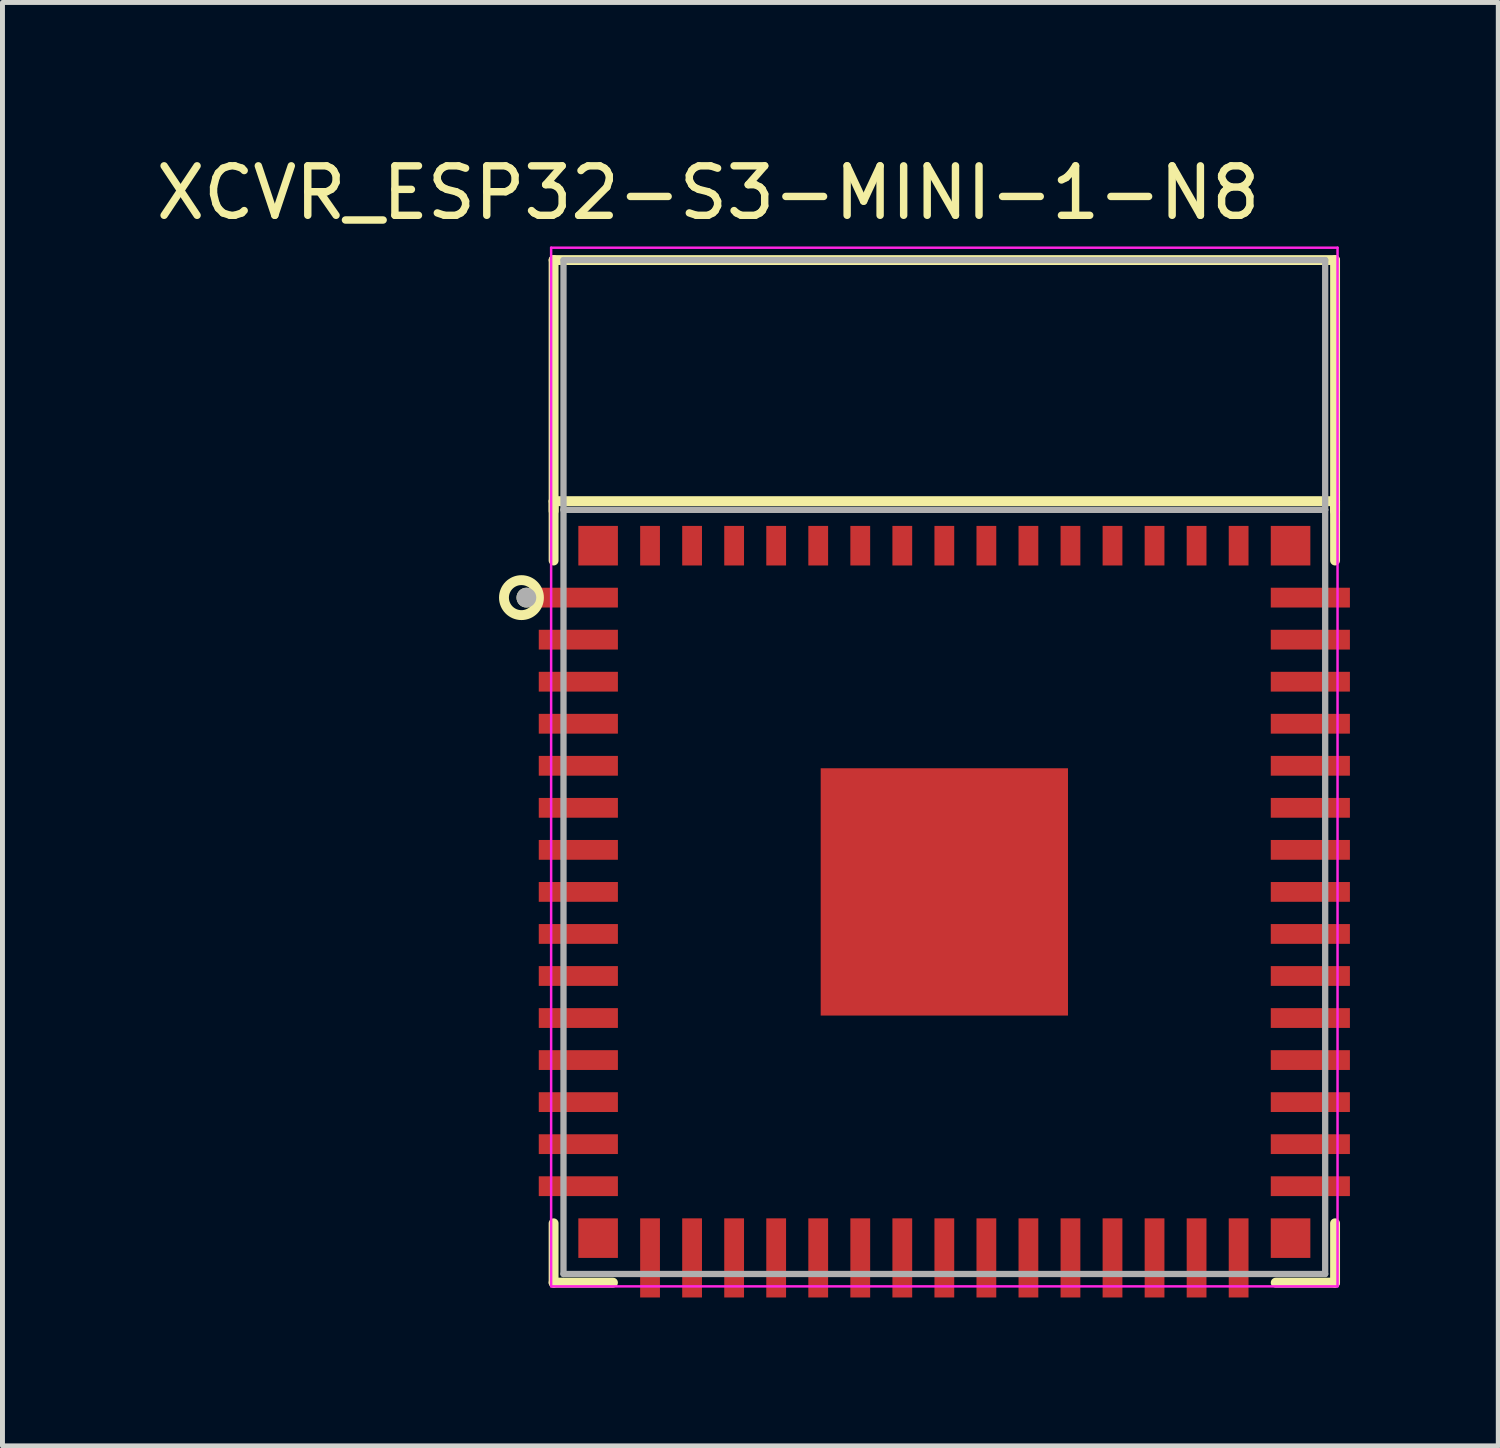
<source format=kicad_pcb>
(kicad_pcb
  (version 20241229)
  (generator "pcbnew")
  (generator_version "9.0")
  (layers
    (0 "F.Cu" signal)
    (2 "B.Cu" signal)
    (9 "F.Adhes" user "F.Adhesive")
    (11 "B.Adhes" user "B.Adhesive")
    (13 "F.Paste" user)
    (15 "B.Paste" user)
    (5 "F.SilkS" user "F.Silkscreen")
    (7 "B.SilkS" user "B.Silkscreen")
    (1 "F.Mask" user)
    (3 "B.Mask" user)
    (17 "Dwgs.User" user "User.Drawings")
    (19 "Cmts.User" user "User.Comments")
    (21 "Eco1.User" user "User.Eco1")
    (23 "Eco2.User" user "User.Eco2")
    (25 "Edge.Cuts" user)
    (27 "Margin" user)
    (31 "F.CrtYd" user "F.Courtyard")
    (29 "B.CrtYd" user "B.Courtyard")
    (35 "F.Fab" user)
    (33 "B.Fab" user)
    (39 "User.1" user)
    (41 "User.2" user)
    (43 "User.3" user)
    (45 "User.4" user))
  (footprint "XCVR_ESP32-S3-MINI-1-N8"
    (layer "F.Cu")
    (at 16.043 14.983)
    (property "Reference" "XCVR_ESP32-S3-MINI-1-N8" (at -4.775 -14.135 0) (layer "F.SilkS") (effects (font (size 1 1) (thickness 0.15))))
    (attr smd)
    (fp_poly (pts (xy -2.35 -0.95) (xy -0.95 -0.95) (xy -0.95 -2.35) (xy -1.7 -2.35) (xy -2.35 -1.7)) (stroke (width 0.01) (type solid)) (fill yes) (layer "F.Mask"))
    (fp_line (start -7.9 -12.775) (end 7.9 -12.775) (stroke (width 0.2) (type solid)) (layer "F.SilkS"))
    (fp_line (start -7.9 -7.9) (end -7.9 -6.7) (stroke (width 0.2) (type solid)) (layer "F.SilkS"))
    (fp_line (start -7.9 -7.7) (end -7.9 -12.775) (stroke (width 0.2) (type solid)) (layer "F.SilkS"))
    (fp_line (start -7.9 7.9) (end -7.9 6.7) (stroke (width 0.2) (type solid)) (layer "F.SilkS"))
    (fp_line (start -6.7 7.9) (end -7.9 7.9) (stroke (width 0.2) (type solid)) (layer "F.SilkS"))
    (fp_line (start 7.9 -12.775) (end 7.9 -7.7) (stroke (width 0.2) (type solid)) (layer "F.SilkS"))
    (fp_line (start 7.9 -7.9) (end -7.9 -7.9) (stroke (width 0.2) (type solid)) (layer "F.SilkS"))
    (fp_line (start 7.9 -7.9) (end 7.9 -6.7) (stroke (width 0.2) (type solid)) (layer "F.SilkS"))
    (fp_line (start 7.9 7.9) (end 6.7 7.9) (stroke (width 0.2) (type solid)) (layer "F.SilkS"))
    (fp_line (start 7.9 7.9) (end 7.9 6.7) (stroke (width 0.2) (type solid)) (layer "F.SilkS"))
    (fp_circle (center -8.55 -5.95) (end -8.8 -6.2) (stroke (width 0.2) (type solid)) (fill no) (layer "F.SilkS"))
    (fp_circle (center -8.45 -5.95) (end -8.35 -5.95) (stroke (width 0.2) (type solid)) (fill no) (layer "F.SilkS"))
    (fp_poly (pts (xy -2.25 -1.05) (xy -1.05 -1.05) (xy -1.05 -2.25) (xy -1.65 -2.25) (xy -2.25 -1.65)) (stroke (width 0.01) (type solid)) (fill yes) (layer "F.Paste"))
    (fp_line (start -7.95 -13.025) (end -7.95 7.975) (stroke (width 0.05) (type solid)) (layer "F.CrtYd"))
    (fp_line (start -7.95 7.975) (end 7.95 7.975) (stroke (width 0.05) (type solid)) (layer "F.CrtYd"))
    (fp_line (start 7.95 -13.025) (end -7.95 -13.025) (stroke (width 0.05) (type solid)) (layer "F.CrtYd"))
    (fp_line (start 7.95 7.975) (end 7.95 -13.025) (stroke (width 0.05) (type solid)) (layer "F.CrtYd"))
    (fp_line (start -7.7 -12.775) (end 7.7 -12.775) (stroke (width 0.127) (type solid)) (layer "F.Fab"))
    (fp_line (start -7.7 -7.725) (end -7.7 -12.775) (stroke (width 0.127) (type solid)) (layer "F.Fab"))
    (fp_line (start -7.7 -7.725) (end 7.7 -7.725) (stroke (width 0.127) (type solid)) (layer "F.Fab"))
    (fp_line (start -7.7 7.725) (end -7.7 -7.725) (stroke (width 0.127) (type solid)) (layer "F.Fab"))
    (fp_line (start 7.7 -12.775) (end 7.7 -7.725) (stroke (width 0.127) (type solid)) (layer "F.Fab"))
    (fp_line (start 7.7 -7.725) (end 7.7 7.725) (stroke (width 0.127) (type solid)) (layer "F.Fab"))
    (fp_line (start 7.7 7.725) (end -7.7 7.725) (stroke (width 0.127) (type solid)) (layer "F.Fab"))
    (fp_circle (center -8.45 -5.95) (end -8.35 -5.95) (stroke (width 0.2) (type solid)) (fill no) (layer "F.Fab"))
    (pad "3" smd rect (at -7.4 -4.25) (size 1.6 0.4) (layers "F.Cu" "F.Mask" "F.Paste"))
    (pad "4" smd rect (at -7.4 -3.4) (size 1.6 0.4) (layers "F.Cu" "F.Mask" "F.Paste"))
    (pad "5" smd rect (at -7.4 -2.55) (size 1.6 0.4) (layers "F.Cu" "F.Mask" "F.Paste"))
    (pad "6" smd rect (at -7.4 -1.7) (size 1.6 0.4) (layers "F.Cu" "F.Mask" "F.Paste"))
    (pad "7" smd rect (at -7.4 -0.85) (size 1.6 0.4) (layers "F.Cu" "F.Mask" "F.Paste"))
    (pad "8" smd rect (at -7.4 0) (size 1.6 0.4) (layers "F.Cu" "F.Mask" "F.Paste"))
    (pad "9" smd rect (at -7.4 0.85) (size 1.6 0.4) (layers "F.Cu" "F.Mask" "F.Paste"))
    (pad "10" smd rect (at -7.4 1.7) (size 1.6 0.4) (layers "F.Cu" "F.Mask" "F.Paste"))
    (pad "11" smd rect (at -7.4 2.55) (size 1.6 0.4) (layers "F.Cu" "F.Mask" "F.Paste"))
    (pad "12" smd rect (at -7.4 3.4) (size 1.6 0.4) (layers "F.Cu" "F.Mask" "F.Paste"))
    (pad "13" smd rect (at -7.4 4.25) (size 1.6 0.4) (layers "F.Cu" "F.Mask" "F.Paste"))
    (pad "14" smd rect (at -7.4 5.1) (size 1.6 0.4) (layers "F.Cu" "F.Mask" "F.Paste"))
    (pad "15" smd rect (at -7.4 5.95) (size 1.6 0.4) (layers "F.Cu" "F.Mask" "F.Paste"))
    (pad "16" smd rect (at -5.95 7.4) (size 0.4 1.6) (layers "F.Cu" "F.Mask" "F.Paste"))
    (pad "17" smd rect (at -5.1 7.4) (size 0.4 1.6) (layers "F.Cu" "F.Mask" "F.Paste"))
    (pad "18" smd rect (at -4.25 7.4) (size 0.4 1.6) (layers "F.Cu" "F.Mask" "F.Paste"))
    (pad "19" smd rect (at -3.4 7.4) (size 0.4 1.6) (layers "F.Cu" "F.Mask" "F.Paste"))
    (pad "20" smd rect (at -2.55 7.4) (size 0.4 1.6) (layers "F.Cu" "F.Mask" "F.Paste"))
    (pad "21" smd rect (at -1.7 7.4) (size 0.4 1.6) (layers "F.Cu" "F.Mask" "F.Paste"))
    (pad "22" smd rect (at -0.85 7.4) (size 0.4 1.6) (layers "F.Cu" "F.Mask" "F.Paste"))
    (pad "23" smd rect (at 0 7.4) (size 0.4 1.6) (layers "F.Cu" "F.Mask" "F.Paste"))
    (pad "24" smd rect (at 0.85 7.4) (size 0.4 1.6) (layers "F.Cu" "F.Mask" "F.Paste"))
    (pad "25" smd rect (at 1.7 7.4) (size 0.4 1.6) (layers "F.Cu" "F.Mask" "F.Paste"))
    (pad "26" smd rect (at 2.55 7.4) (size 0.4 1.6) (layers "F.Cu" "F.Mask" "F.Paste"))
    (pad "27" smd rect (at 3.4 7.4) (size 0.4 1.6) (layers "F.Cu" "F.Mask" "F.Paste"))
    (pad "28" smd rect (at 4.25 7.4) (size 0.4 1.6) (layers "F.Cu" "F.Mask" "F.Paste"))
    (pad "29" smd rect (at 5.1 7.4) (size 0.4 1.6) (layers "F.Cu" "F.Mask" "F.Paste"))
    (pad "30" smd rect (at 5.95 7.4) (size 0.4 1.6) (layers "F.Cu" "F.Mask" "F.Paste"))
    (pad "31" smd rect (at 7.4 5.95) (size 1.6 0.4) (layers "F.Cu" "F.Mask" "F.Paste"))
    (pad "32" smd rect (at 7.4 5.1) (size 1.6 0.4) (layers "F.Cu" "F.Mask" "F.Paste"))
    (pad "33" smd rect (at 7.4 4.25) (size 1.6 0.4) (layers "F.Cu" "F.Mask" "F.Paste"))
    (pad "34" smd rect (at 7.4 3.4) (size 1.6 0.4) (layers "F.Cu" "F.Mask" "F.Paste"))
    (pad "35" smd rect (at 7.4 2.55) (size 1.6 0.4) (layers "F.Cu" "F.Mask" "F.Paste"))
    (pad "36" smd rect (at 7.4 1.7) (size 1.6 0.4) (layers "F.Cu" "F.Mask" "F.Paste"))
    (pad "37" smd rect (at 7.4 0.85) (size 1.6 0.4) (layers "F.Cu" "F.Mask" "F.Paste"))
    (pad "38" smd rect (at 7.4 0) (size 1.6 0.4) (layers "F.Cu" "F.Mask" "F.Paste"))
    (pad "39" smd rect (at 7.4 -0.85) (size 1.6 0.4) (layers "F.Cu" "F.Mask" "F.Paste"))
    (pad "40" smd rect (at 7.4 -1.7) (size 1.6 0.4) (layers "F.Cu" "F.Mask" "F.Paste"))
    (pad "41" smd rect (at 7.4 -2.55) (size 1.6 0.4) (layers "F.Cu" "F.Mask" "F.Paste"))
    (pad "44" smd rect (at 7.4 -5.1) (size 1.6 0.4) (layers "F.Cu" "F.Mask" "F.Paste"))
    (pad "45" smd rect (at 7.4 -5.95) (size 1.6 0.4) (layers "F.Cu" "F.Mask" "F.Paste"))
    (pad "GND" smd rect (at -7.4 -5.95) (size 1.6 0.4) (layers "F.Cu" "F.Mask" "F.Paste"))
    (pad "GND" smd rect (at -7.4 -5.1) (size 1.6 0.4) (layers "F.Cu" "F.Mask" "F.Paste"))
    (pad "GND" smd rect (at -7 -7) (size 0.8 0.8) (layers "F.Cu" "F.Mask" "F.Paste"))
    (pad "GND" smd rect (at -7 7) (size 0.8 0.8) (layers "F.Cu" "F.Mask" "F.Paste"))
    (pad "GND" smd rect (at -5.95 -7) (size 0.4 0.8) (layers "F.Cu" "F.Mask" "F.Paste"))
    (pad "GND" smd rect (at -5.1 -7) (size 0.4 0.8) (layers "F.Cu" "F.Mask" "F.Paste"))
    (pad "GND" smd rect (at -4.25 -7) (size 0.4 0.8) (layers "F.Cu" "F.Mask" "F.Paste"))
    (pad "GND" smd rect (at -3.4 -7) (size 0.4 0.8) (layers "F.Cu" "F.Mask" "F.Paste"))
    (pad "GND" smd rect (at -2.55 -7) (size 0.4 0.8) (layers "F.Cu" "F.Mask" "F.Paste"))
    (pad "GND" smd rect (at -1.7 -7) (size 0.4 0.8) (layers "F.Cu" "F.Mask" "F.Paste"))
    (pad "GND" smd custom (at -1.65 -1.65) (size 0.4 0.4) (layers "F.Cu") (options (anchor rect)) (primitives (gr_poly (pts (xy -0.6 0.6) (xy 0.6 0.6) (xy 0.6 -0.6) (xy 0 -0.6) (xy -0.6 0)) (width 0.01) (fill yes))))
    (pad "GND" smd rect (at -1.65 0) (size 1.2 1.2) (layers "F.Cu" "F.Mask" "F.Paste"))
    (pad "GND" smd rect (at -1.65 1.65) (size 1.2 1.2) (layers "F.Cu" "F.Mask" "F.Paste"))
    (pad "GND" smd rect (at -0.85 -7) (size 0.4 0.8) (layers "F.Cu" "F.Mask" "F.Paste"))
    (pad "GND" smd rect (at 0 -7) (size 0.4 0.8) (layers "F.Cu" "F.Mask" "F.Paste"))
    (pad "GND" smd rect (at 0 -1.65) (size 1.2 1.2) (layers "F.Cu" "F.Mask" "F.Paste"))
    (pad "GND" smd rect (at 0 0) (size 1.2 1.2) (layers "F.Cu" "F.Mask" "F.Paste"))
    (pad "GND" smd rect (at 0 0) (size 5 5) (layers "F.Cu" "F.Mask"))
    (pad "GND" smd rect (at 0 1.65) (size 1.2 1.2) (layers "F.Cu" "F.Mask" "F.Paste"))
    (pad "GND" smd rect (at 0.85 -7) (size 0.4 0.8) (layers "F.Cu" "F.Mask" "F.Paste"))
    (pad "GND" smd rect (at 1.65 -1.65) (size 1.2 1.2) (layers "F.Cu" "F.Mask" "F.Paste"))
    (pad "GND" smd rect (at 1.65 0) (size 1.2 1.2) (layers "F.Cu" "F.Mask" "F.Paste"))
    (pad "GND" smd rect (at 1.65 1.65) (size 1.2 1.2) (layers "F.Cu" "F.Mask" "F.Paste"))
    (pad "GND" smd rect (at 1.7 -7) (size 0.4 0.8) (layers "F.Cu" "F.Mask" "F.Paste"))
    (pad "GND" smd rect (at 2.55 -7) (size 0.4 0.8) (layers "F.Cu" "F.Mask" "F.Paste"))
    (pad "GND" smd rect (at 3.4 -7) (size 0.4 0.8) (layers "F.Cu" "F.Mask" "F.Paste"))
    (pad "GND" smd rect (at 4.25 -7) (size 0.4 0.8) (layers "F.Cu" "F.Mask" "F.Paste"))
    (pad "GND" smd rect (at 5.1 -7) (size 0.4 0.8) (layers "F.Cu" "F.Mask" "F.Paste"))
    (pad "GND" smd rect (at 5.95 -7) (size 0.4 0.8) (layers "F.Cu" "F.Mask" "F.Paste"))
    (pad "GND" smd rect (at 7 -7) (size 0.8 0.8) (layers "F.Cu" "F.Mask" "F.Paste"))
    (pad "GND" smd rect (at 7 7) (size 0.8 0.8) (layers "F.Cu" "F.Mask" "F.Paste"))
    (pad "GND" smd rect (at 7.4 -4.25) (size 1.6 0.4) (layers "F.Cu" "F.Mask" "F.Paste"))
    (pad "GND" smd rect (at 7.4 -3.4) (size 1.6 0.4) (layers "F.Cu" "F.Mask" "F.Paste"))
    (zone (net_name "") (layer "F.Cu") (hatch full 0.508) (connect_pads) (min_thickness 0.01) (filled_areas_thickness no) (keepout (tracks not_allowed) (vias not_allowed) (pads not_allowed) (copperpour not_allowed) (footprints allowed)) (placement (enabled no)) (fill) (polygon (pts (xy 8.343 2.208) (xy 23.743 2.208) (xy 23.743 7.258) (xy 8.343 7.258))))
    (zone (net_name "") (layers "F.Cu" "B.Cu") (hatch full 0.508) (connect_pads) (min_thickness 0.01) (filled_areas_thickness no) (keepout (tracks allowed) (vias not_allowed) (pads allowed) (copperpour allowed) (footprints allowed)) (placement (enabled no)) (fill) (polygon (pts (xy 8.343 2.208) (xy 23.743 2.208) (xy 23.743 7.258) (xy 8.343 7.258))))
    (zone (net_name "") (layer "B.Cu") (hatch full 0.508) (connect_pads) (min_thickness 0.01) (filled_areas_thickness no) (keepout (tracks not_allowed) (vias not_allowed) (pads not_allowed) (copperpour not_allowed) (footprints allowed)) (placement (enabled no)) (fill) (polygon (pts (xy 8.343 2.208) (xy 23.743 2.208) (xy 23.743 7.258) (xy 8.343 7.258)))))
  (gr_rect
    (start -3 -3)
    (end 27.243 26.183)
    (stroke (width 0.1) (type default))
    (fill no)
    (layer "Edge.Cuts")))
</source>
